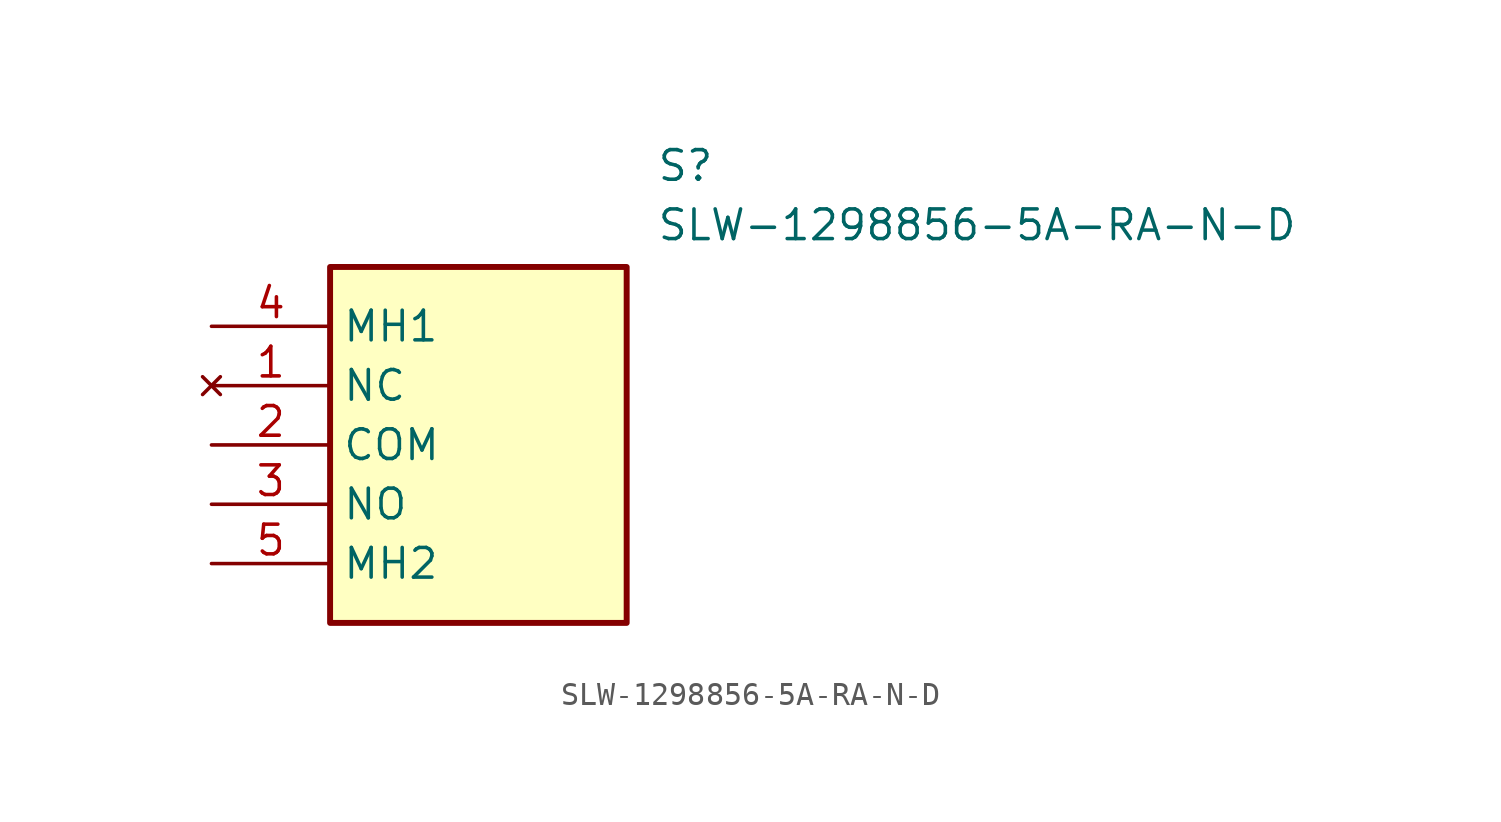
<source format=kicad_sym>
(kicad_symbol_lib
  (version 20211014)
  (generator SamacSys_ECAD_Model)
  (symbol "SLW-1298856-5A-RA-N-D"
    (property "Reference" "S"
      (at 19.05 7.62 0)
      (effects (font (size 1.27 1.27)) (justify left top)))
    (property "Value" "SLW-1298856-5A-RA-N-D"
      (at 19.05 5.08 0)
      (effects (font (size 1.27 1.27)) (justify left top)))
    (rectangle
      (start 5.08 2.54)
      (end 17.78 -12.7)
      (stroke (width 0.254) (type default))
      (fill (type background)))
    (pin no_connect line
      (at 0 -2.54 0)
      (length 5.08)
      (name "NC" (effects (font (size 1.27 1.27))))
      (number "1" (effects (font (size 1.27 1.27)))))
    (pin passive line
      (at 0 -5.08 0)
      (length 5.08)
      (name "COM" (effects (font (size 1.27 1.27))))
      (number "2" (effects (font (size 1.27 1.27)))))
    (pin passive line
      (at 0 -7.62 0)
      (length 5.08)
      (name "NO" (effects (font (size 1.27 1.27))))
      (number "3" (effects (font (size 1.27 1.27)))))
    (pin passive line
      (at 0 0 0)
      (length 5.08)
      (name "MH1" (effects (font (size 1.27 1.27))))
      (number "4" (effects (font (size 1.27 1.27)))))
    (pin passive line
      (at 0 -10.16 0)
      (length 5.08)
      (name "MH2" (effects (font (size 1.27 1.27))))
      (number "5" (effects (font (size 1.27 1.27)))))))
</source>
